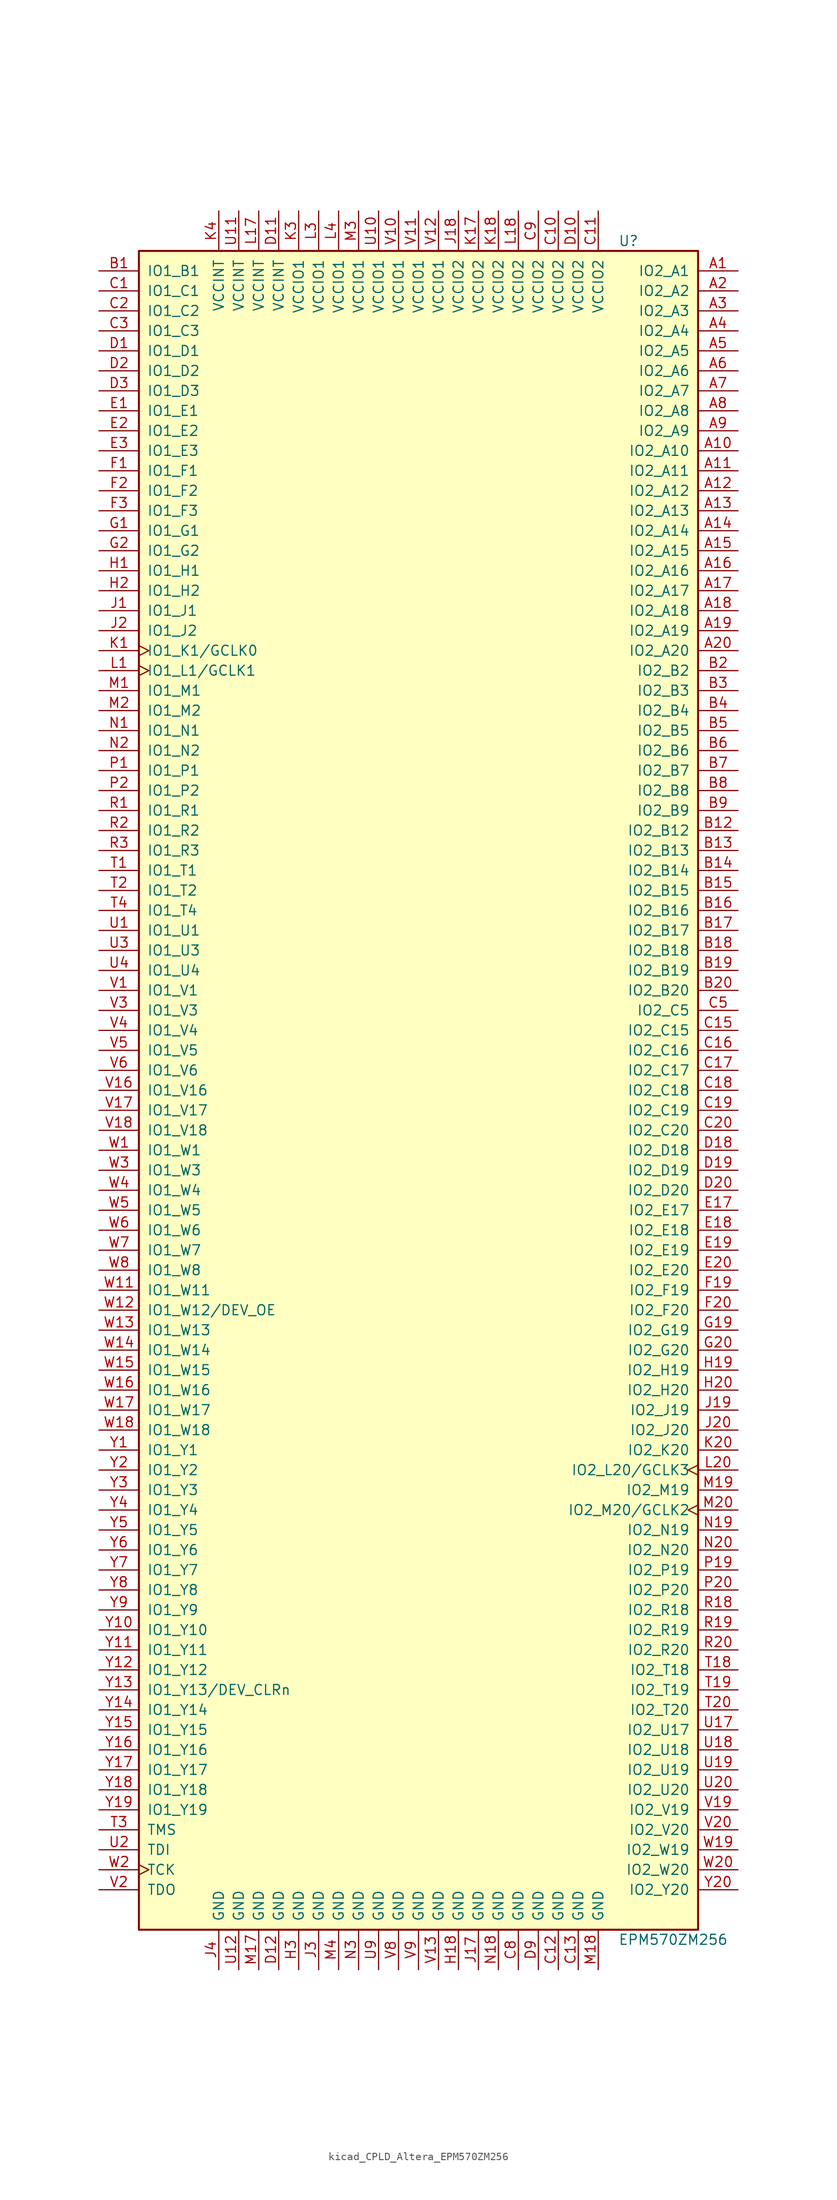
<source format=kicad_sym>
(kicad_symbol_lib
  (version 20220914)
  (generator kicad_symbol_editor)
  (symbol "kicad_CPLD_Altera_EPM570ZM256"
    (pin_names
      (offset 1.016))
    (property "Reference" "U"
      (at 25.4 107.95 0)
      (effects (font (size 1.27 1.27)) (justify left)))
    (property "Value" "EPM570ZM256"
      (at 25.4 -107.95 0)
      (effects (font (size 1.27 1.27)) (justify left)))
    (property "ki_locked" ""
      (at 0 0 0)
      (effects (font (size 1.27 1.27))))
    (symbol "kicad_CPLD_Altera_EPM570ZM256_1_1"
      (rectangle (start -35.56 106.68) (end 35.56 -106.68) (stroke (width 0.254) (type default)) (fill (type background)))
      (pin bidirectional line (at 40.64 104.14 180) (length 5.08) (name "IO2_A1" (effects (font (size 1.27 1.27)))) (number "A1" (effects (font (size 1.27 1.27)))))
      (pin bidirectional line (at 40.64 81.28 180) (length 5.08) (name "IO2_A10" (effects (font (size 1.27 1.27)))) (number "A10" (effects (font (size 1.27 1.27)))))
      (pin bidirectional line (at 40.64 78.74 180) (length 5.08) (name "IO2_A11" (effects (font (size 1.27 1.27)))) (number "A11" (effects (font (size 1.27 1.27)))))
      (pin bidirectional line (at 40.64 76.2 180) (length 5.08) (name "IO2_A12" (effects (font (size 1.27 1.27)))) (number "A12" (effects (font (size 1.27 1.27)))))
      (pin bidirectional line (at 40.64 73.66 180) (length 5.08) (name "IO2_A13" (effects (font (size 1.27 1.27)))) (number "A13" (effects (font (size 1.27 1.27)))))
      (pin bidirectional line (at 40.64 71.12 180) (length 5.08) (name "IO2_A14" (effects (font (size 1.27 1.27)))) (number "A14" (effects (font (size 1.27 1.27)))))
      (pin bidirectional line (at 40.64 68.58 180) (length 5.08) (name "IO2_A15" (effects (font (size 1.27 1.27)))) (number "A15" (effects (font (size 1.27 1.27)))))
      (pin bidirectional line (at 40.64 66.04 180) (length 5.08) (name "IO2_A16" (effects (font (size 1.27 1.27)))) (number "A16" (effects (font (size 1.27 1.27)))))
      (pin bidirectional line (at 40.64 63.5 180) (length 5.08) (name "IO2_A17" (effects (font (size 1.27 1.27)))) (number "A17" (effects (font (size 1.27 1.27)))))
      (pin bidirectional line (at 40.64 60.96 180) (length 5.08) (name "IO2_A18" (effects (font (size 1.27 1.27)))) (number "A18" (effects (font (size 1.27 1.27)))))
      (pin bidirectional line (at 40.64 58.42 180) (length 5.08) (name "IO2_A19" (effects (font (size 1.27 1.27)))) (number "A19" (effects (font (size 1.27 1.27)))))
      (pin bidirectional line (at 40.64 101.6 180) (length 5.08) (name "IO2_A2" (effects (font (size 1.27 1.27)))) (number "A2" (effects (font (size 1.27 1.27)))))
      (pin bidirectional line (at 40.64 55.88 180) (length 5.08) (name "IO2_A20" (effects (font (size 1.27 1.27)))) (number "A20" (effects (font (size 1.27 1.27)))))
      (pin bidirectional line (at 40.64 99.06 180) (length 5.08) (name "IO2_A3" (effects (font (size 1.27 1.27)))) (number "A3" (effects (font (size 1.27 1.27)))))
      (pin bidirectional line (at 40.64 96.52 180) (length 5.08) (name "IO2_A4" (effects (font (size 1.27 1.27)))) (number "A4" (effects (font (size 1.27 1.27)))))
      (pin bidirectional line (at 40.64 93.98 180) (length 5.08) (name "IO2_A5" (effects (font (size 1.27 1.27)))) (number "A5" (effects (font (size 1.27 1.27)))))
      (pin bidirectional line (at 40.64 91.44 180) (length 5.08) (name "IO2_A6" (effects (font (size 1.27 1.27)))) (number "A6" (effects (font (size 1.27 1.27)))))
      (pin bidirectional line (at 40.64 88.9 180) (length 5.08) (name "IO2_A7" (effects (font (size 1.27 1.27)))) (number "A7" (effects (font (size 1.27 1.27)))))
      (pin bidirectional line (at 40.64 86.36 180) (length 5.08) (name "IO2_A8" (effects (font (size 1.27 1.27)))) (number "A8" (effects (font (size 1.27 1.27)))))
      (pin bidirectional line (at 40.64 83.82 180) (length 5.08) (name "IO2_A9" (effects (font (size 1.27 1.27)))) (number "A9" (effects (font (size 1.27 1.27)))))
      (pin bidirectional line (at -40.64 104.14 0) (length 5.08) (name "IO1_B1" (effects (font (size 1.27 1.27)))) (number "B1" (effects (font (size 1.27 1.27)))))
      (pin bidirectional line (at 40.64 33.02 180) (length 5.08) (name "IO2_B12" (effects (font (size 1.27 1.27)))) (number "B12" (effects (font (size 1.27 1.27)))))
      (pin bidirectional line (at 40.64 30.48 180) (length 5.08) (name "IO2_B13" (effects (font (size 1.27 1.27)))) (number "B13" (effects (font (size 1.27 1.27)))))
      (pin bidirectional line (at 40.64 27.94 180) (length 5.08) (name "IO2_B14" (effects (font (size 1.27 1.27)))) (number "B14" (effects (font (size 1.27 1.27)))))
      (pin bidirectional line (at 40.64 25.4 180) (length 5.08) (name "IO2_B15" (effects (font (size 1.27 1.27)))) (number "B15" (effects (font (size 1.27 1.27)))))
      (pin bidirectional line (at 40.64 22.86 180) (length 5.08) (name "IO2_B16" (effects (font (size 1.27 1.27)))) (number "B16" (effects (font (size 1.27 1.27)))))
      (pin bidirectional line (at 40.64 20.32 180) (length 5.08) (name "IO2_B17" (effects (font (size 1.27 1.27)))) (number "B17" (effects (font (size 1.27 1.27)))))
      (pin bidirectional line (at 40.64 17.78 180) (length 5.08) (name "IO2_B18" (effects (font (size 1.27 1.27)))) (number "B18" (effects (font (size 1.27 1.27)))))
      (pin bidirectional line (at 40.64 15.24 180) (length 5.08) (name "IO2_B19" (effects (font (size 1.27 1.27)))) (number "B19" (effects (font (size 1.27 1.27)))))
      (pin bidirectional line (at 40.64 53.34 180) (length 5.08) (name "IO2_B2" (effects (font (size 1.27 1.27)))) (number "B2" (effects (font (size 1.27 1.27)))))
      (pin bidirectional line (at 40.64 12.7 180) (length 5.08) (name "IO2_B20" (effects (font (size 1.27 1.27)))) (number "B20" (effects (font (size 1.27 1.27)))))
      (pin bidirectional line (at 40.64 50.8 180) (length 5.08) (name "IO2_B3" (effects (font (size 1.27 1.27)))) (number "B3" (effects (font (size 1.27 1.27)))))
      (pin bidirectional line (at 40.64 48.26 180) (length 5.08) (name "IO2_B4" (effects (font (size 1.27 1.27)))) (number "B4" (effects (font (size 1.27 1.27)))))
      (pin bidirectional line (at 40.64 45.72 180) (length 5.08) (name "IO2_B5" (effects (font (size 1.27 1.27)))) (number "B5" (effects (font (size 1.27 1.27)))))
      (pin bidirectional line (at 40.64 43.18 180) (length 5.08) (name "IO2_B6" (effects (font (size 1.27 1.27)))) (number "B6" (effects (font (size 1.27 1.27)))))
      (pin bidirectional line (at 40.64 40.64 180) (length 5.08) (name "IO2_B7" (effects (font (size 1.27 1.27)))) (number "B7" (effects (font (size 1.27 1.27)))))
      (pin bidirectional line (at 40.64 38.1 180) (length 5.08) (name "IO2_B8" (effects (font (size 1.27 1.27)))) (number "B8" (effects (font (size 1.27 1.27)))))
      (pin bidirectional line (at 40.64 35.56 180) (length 5.08) (name "IO2_B9" (effects (font (size 1.27 1.27)))) (number "B9" (effects (font (size 1.27 1.27)))))
      (pin bidirectional line (at -40.64 101.6 0) (length 5.08) (name "IO1_C1" (effects (font (size 1.27 1.27)))) (number "C1" (effects (font (size 1.27 1.27)))))
      (pin power_in line (at 17.78 111.76 270) (length 5.08) (name "VCCIO2" (effects (font (size 1.27 1.27)))) (number "C10" (effects (font (size 1.27 1.27)))))
      (pin power_in line (at 22.86 111.76 270) (length 5.08) (name "VCCIO2" (effects (font (size 1.27 1.27)))) (number "C11" (effects (font (size 1.27 1.27)))))
      (pin power_in line (at 17.78 -111.76 90) (length 5.08) (name "GND" (effects (font (size 1.27 1.27)))) (number "C12" (effects (font (size 1.27 1.27)))))
      (pin power_in line (at 20.32 -111.76 90) (length 5.08) (name "GND" (effects (font (size 1.27 1.27)))) (number "C13" (effects (font (size 1.27 1.27)))))
      (pin bidirectional line (at 40.64 7.62 180) (length 5.08) (name "IO2_C15" (effects (font (size 1.27 1.27)))) (number "C15" (effects (font (size 1.27 1.27)))))
      (pin bidirectional line (at 40.64 5.08 180) (length 5.08) (name "IO2_C16" (effects (font (size 1.27 1.27)))) (number "C16" (effects (font (size 1.27 1.27)))))
      (pin bidirectional line (at 40.64 2.54 180) (length 5.08) (name "IO2_C17" (effects (font (size 1.27 1.27)))) (number "C17" (effects (font (size 1.27 1.27)))))
      (pin bidirectional line (at 40.64 0 180) (length 5.08) (name "IO2_C18" (effects (font (size 1.27 1.27)))) (number "C18" (effects (font (size 1.27 1.27)))))
      (pin bidirectional line (at 40.64 -2.54 180) (length 5.08) (name "IO2_C19" (effects (font (size 1.27 1.27)))) (number "C19" (effects (font (size 1.27 1.27)))))
      (pin bidirectional line (at -40.64 99.06 0) (length 5.08) (name "IO1_C2" (effects (font (size 1.27 1.27)))) (number "C2" (effects (font (size 1.27 1.27)))))
      (pin bidirectional line (at 40.64 -5.08 180) (length 5.08) (name "IO2_C20" (effects (font (size 1.27 1.27)))) (number "C20" (effects (font (size 1.27 1.27)))))
      (pin bidirectional line (at -40.64 96.52 0) (length 5.08) (name "IO1_C3" (effects (font (size 1.27 1.27)))) (number "C3" (effects (font (size 1.27 1.27)))))
      (pin bidirectional line (at 40.64 10.16 180) (length 5.08) (name "IO2_C5" (effects (font (size 1.27 1.27)))) (number "C5" (effects (font (size 1.27 1.27)))))
      (pin power_in line (at 12.7 -111.76 90) (length 5.08) (name "GND" (effects (font (size 1.27 1.27)))) (number "C8" (effects (font (size 1.27 1.27)))))
      (pin power_in line (at 15.24 111.76 270) (length 5.08) (name "VCCIO2" (effects (font (size 1.27 1.27)))) (number "C9" (effects (font (size 1.27 1.27)))))
      (pin bidirectional line (at -40.64 93.98 0) (length 5.08) (name "IO1_D1" (effects (font (size 1.27 1.27)))) (number "D1" (effects (font (size 1.27 1.27)))))
      (pin power_in line (at 20.32 111.76 270) (length 5.08) (name "VCCIO2" (effects (font (size 1.27 1.27)))) (number "D10" (effects (font (size 1.27 1.27)))))
      (pin power_in line (at -17.78 111.76 270) (length 5.08) (name "VCCINT" (effects (font (size 1.27 1.27)))) (number "D11" (effects (font (size 1.27 1.27)))))
      (pin power_in line (at -17.78 -111.76 90) (length 5.08) (name "GND" (effects (font (size 1.27 1.27)))) (number "D12" (effects (font (size 1.27 1.27)))))
      (pin bidirectional line (at 40.64 -7.62 180) (length 5.08) (name "IO2_D18" (effects (font (size 1.27 1.27)))) (number "D18" (effects (font (size 1.27 1.27)))))
      (pin bidirectional line (at 40.64 -10.16 180) (length 5.08) (name "IO2_D19" (effects (font (size 1.27 1.27)))) (number "D19" (effects (font (size 1.27 1.27)))))
      (pin bidirectional line (at -40.64 91.44 0) (length 5.08) (name "IO1_D2" (effects (font (size 1.27 1.27)))) (number "D2" (effects (font (size 1.27 1.27)))))
      (pin bidirectional line (at 40.64 -12.7 180) (length 5.08) (name "IO2_D20" (effects (font (size 1.27 1.27)))) (number "D20" (effects (font (size 1.27 1.27)))))
      (pin bidirectional line (at -40.64 88.9 0) (length 5.08) (name "IO1_D3" (effects (font (size 1.27 1.27)))) (number "D3" (effects (font (size 1.27 1.27)))))
      (pin power_in line (at 15.24 -111.76 90) (length 5.08) (name "GND" (effects (font (size 1.27 1.27)))) (number "D9" (effects (font (size 1.27 1.27)))))
      (pin bidirectional line (at -40.64 86.36 0) (length 5.08) (name "IO1_E1" (effects (font (size 1.27 1.27)))) (number "E1" (effects (font (size 1.27 1.27)))))
      (pin bidirectional line (at 40.64 -15.24 180) (length 5.08) (name "IO2_E17" (effects (font (size 1.27 1.27)))) (number "E17" (effects (font (size 1.27 1.27)))))
      (pin bidirectional line (at 40.64 -17.78 180) (length 5.08) (name "IO2_E18" (effects (font (size 1.27 1.27)))) (number "E18" (effects (font (size 1.27 1.27)))))
      (pin bidirectional line (at 40.64 -20.32 180) (length 5.08) (name "IO2_E19" (effects (font (size 1.27 1.27)))) (number "E19" (effects (font (size 1.27 1.27)))))
      (pin bidirectional line (at -40.64 83.82 0) (length 5.08) (name "IO1_E2" (effects (font (size 1.27 1.27)))) (number "E2" (effects (font (size 1.27 1.27)))))
      (pin bidirectional line (at 40.64 -22.86 180) (length 5.08) (name "IO2_E20" (effects (font (size 1.27 1.27)))) (number "E20" (effects (font (size 1.27 1.27)))))
      (pin bidirectional line (at -40.64 81.28 0) (length 5.08) (name "IO1_E3" (effects (font (size 1.27 1.27)))) (number "E3" (effects (font (size 1.27 1.27)))))
      (pin bidirectional line (at -40.64 78.74 0) (length 5.08) (name "IO1_F1" (effects (font (size 1.27 1.27)))) (number "F1" (effects (font (size 1.27 1.27)))))
      (pin bidirectional line (at 40.64 -25.4 180) (length 5.08) (name "IO2_F19" (effects (font (size 1.27 1.27)))) (number "F19" (effects (font (size 1.27 1.27)))))
      (pin bidirectional line (at -40.64 76.2 0) (length 5.08) (name "IO1_F2" (effects (font (size 1.27 1.27)))) (number "F2" (effects (font (size 1.27 1.27)))))
      (pin bidirectional line (at 40.64 -27.94 180) (length 5.08) (name "IO2_F20" (effects (font (size 1.27 1.27)))) (number "F20" (effects (font (size 1.27 1.27)))))
      (pin bidirectional line (at -40.64 73.66 0) (length 5.08) (name "IO1_F3" (effects (font (size 1.27 1.27)))) (number "F3" (effects (font (size 1.27 1.27)))))
      (pin bidirectional line (at -40.64 71.12 0) (length 5.08) (name "IO1_G1" (effects (font (size 1.27 1.27)))) (number "G1" (effects (font (size 1.27 1.27)))))
      (pin bidirectional line (at 40.64 -30.48 180) (length 5.08) (name "IO2_G19" (effects (font (size 1.27 1.27)))) (number "G19" (effects (font (size 1.27 1.27)))))
      (pin bidirectional line (at -40.64 68.58 0) (length 5.08) (name "IO1_G2" (effects (font (size 1.27 1.27)))) (number "G2" (effects (font (size 1.27 1.27)))))
      (pin bidirectional line (at 40.64 -33.02 180) (length 5.08) (name "IO2_G20" (effects (font (size 1.27 1.27)))) (number "G20" (effects (font (size 1.27 1.27)))))
      (pin bidirectional line (at -40.64 66.04 0) (length 5.08) (name "IO1_H1" (effects (font (size 1.27 1.27)))) (number "H1" (effects (font (size 1.27 1.27)))))
      (pin power_in line (at 5.08 -111.76 90) (length 5.08) (name "GND" (effects (font (size 1.27 1.27)))) (number "H18" (effects (font (size 1.27 1.27)))))
      (pin bidirectional line (at 40.64 -35.56 180) (length 5.08) (name "IO2_H19" (effects (font (size 1.27 1.27)))) (number "H19" (effects (font (size 1.27 1.27)))))
      (pin bidirectional line (at -40.64 63.5 0) (length 5.08) (name "IO1_H2" (effects (font (size 1.27 1.27)))) (number "H2" (effects (font (size 1.27 1.27)))))
      (pin bidirectional line (at 40.64 -38.1 180) (length 5.08) (name "IO2_H20" (effects (font (size 1.27 1.27)))) (number "H20" (effects (font (size 1.27 1.27)))))
      (pin power_in line (at -15.24 -111.76 90) (length 5.08) (name "GND" (effects (font (size 1.27 1.27)))) (number "H3" (effects (font (size 1.27 1.27)))))
      (pin bidirectional line (at -40.64 60.96 0) (length 5.08) (name "IO1_J1" (effects (font (size 1.27 1.27)))) (number "J1" (effects (font (size 1.27 1.27)))))
      (pin power_in line (at 7.62 -111.76 90) (length 5.08) (name "GND" (effects (font (size 1.27 1.27)))) (number "J17" (effects (font (size 1.27 1.27)))))
      (pin power_in line (at 5.08 111.76 270) (length 5.08) (name "VCCIO2" (effects (font (size 1.27 1.27)))) (number "J18" (effects (font (size 1.27 1.27)))))
      (pin bidirectional line (at 40.64 -40.64 180) (length 5.08) (name "IO2_J19" (effects (font (size 1.27 1.27)))) (number "J19" (effects (font (size 1.27 1.27)))))
      (pin bidirectional line (at -40.64 58.42 0) (length 5.08) (name "IO1_J2" (effects (font (size 1.27 1.27)))) (number "J2" (effects (font (size 1.27 1.27)))))
      (pin bidirectional line (at 40.64 -43.18 180) (length 5.08) (name "IO2_J20" (effects (font (size 1.27 1.27)))) (number "J20" (effects (font (size 1.27 1.27)))))
      (pin power_in line (at -12.7 -111.76 90) (length 5.08) (name "GND" (effects (font (size 1.27 1.27)))) (number "J3" (effects (font (size 1.27 1.27)))))
      (pin power_in line (at -25.4 -111.76 90) (length 5.08) (name "GND" (effects (font (size 1.27 1.27)))) (number "J4" (effects (font (size 1.27 1.27)))))
      (pin bidirectional clock (at -40.64 55.88 0) (length 5.08) (name "IO1_K1/GCLK0" (effects (font (size 1.27 1.27)))) (number "K1" (effects (font (size 1.27 1.27)))))
      (pin power_in line (at 7.62 111.76 270) (length 5.08) (name "VCCIO2" (effects (font (size 1.27 1.27)))) (number "K17" (effects (font (size 1.27 1.27)))))
      (pin power_in line (at 10.16 111.76 270) (length 5.08) (name "VCCIO2" (effects (font (size 1.27 1.27)))) (number "K18" (effects (font (size 1.27 1.27)))))
      (pin bidirectional line (at 40.64 -45.72 180) (length 5.08) (name "IO2_K20" (effects (font (size 1.27 1.27)))) (number "K20" (effects (font (size 1.27 1.27)))))
      (pin power_in line (at -15.24 111.76 270) (length 5.08) (name "VCCIO1" (effects (font (size 1.27 1.27)))) (number "K3" (effects (font (size 1.27 1.27)))))
      (pin power_in line (at -25.4 111.76 270) (length 5.08) (name "VCCINT" (effects (font (size 1.27 1.27)))) (number "K4" (effects (font (size 1.27 1.27)))))
      (pin bidirectional clock (at -40.64 53.34 0) (length 5.08) (name "IO1_L1/GCLK1" (effects (font (size 1.27 1.27)))) (number "L1" (effects (font (size 1.27 1.27)))))
      (pin power_in line (at -20.32 111.76 270) (length 5.08) (name "VCCINT" (effects (font (size 1.27 1.27)))) (number "L17" (effects (font (size 1.27 1.27)))))
      (pin power_in line (at 12.7 111.76 270) (length 5.08) (name "VCCIO2" (effects (font (size 1.27 1.27)))) (number "L18" (effects (font (size 1.27 1.27)))))
      (pin bidirectional clock (at 40.64 -48.26 180) (length 5.08) (name "IO2_L20/GCLK3" (effects (font (size 1.27 1.27)))) (number "L20" (effects (font (size 1.27 1.27)))))
      (pin power_in line (at -12.7 111.76 270) (length 5.08) (name "VCCIO1" (effects (font (size 1.27 1.27)))) (number "L3" (effects (font (size 1.27 1.27)))))
      (pin power_in line (at -10.16 111.76 270) (length 5.08) (name "VCCIO1" (effects (font (size 1.27 1.27)))) (number "L4" (effects (font (size 1.27 1.27)))))
      (pin bidirectional line (at -40.64 50.8 0) (length 5.08) (name "IO1_M1" (effects (font (size 1.27 1.27)))) (number "M1" (effects (font (size 1.27 1.27)))))
      (pin power_in line (at -20.32 -111.76 90) (length 5.08) (name "GND" (effects (font (size 1.27 1.27)))) (number "M17" (effects (font (size 1.27 1.27)))))
      (pin power_in line (at 22.86 -111.76 90) (length 5.08) (name "GND" (effects (font (size 1.27 1.27)))) (number "M18" (effects (font (size 1.27 1.27)))))
      (pin bidirectional line (at 40.64 -50.8 180) (length 5.08) (name "IO2_M19" (effects (font (size 1.27 1.27)))) (number "M19" (effects (font (size 1.27 1.27)))))
      (pin bidirectional line (at -40.64 48.26 0) (length 5.08) (name "IO1_M2" (effects (font (size 1.27 1.27)))) (number "M2" (effects (font (size 1.27 1.27)))))
      (pin bidirectional clock (at 40.64 -53.34 180) (length 5.08) (name "IO2_M20/GCLK2" (effects (font (size 1.27 1.27)))) (number "M20" (effects (font (size 1.27 1.27)))))
      (pin power_in line (at -7.62 111.76 270) (length 5.08) (name "VCCIO1" (effects (font (size 1.27 1.27)))) (number "M3" (effects (font (size 1.27 1.27)))))
      (pin power_in line (at -10.16 -111.76 90) (length 5.08) (name "GND" (effects (font (size 1.27 1.27)))) (number "M4" (effects (font (size 1.27 1.27)))))
      (pin bidirectional line (at -40.64 45.72 0) (length 5.08) (name "IO1_N1" (effects (font (size 1.27 1.27)))) (number "N1" (effects (font (size 1.27 1.27)))))
      (pin power_in line (at 10.16 -111.76 90) (length 5.08) (name "GND" (effects (font (size 1.27 1.27)))) (number "N18" (effects (font (size 1.27 1.27)))))
      (pin bidirectional line (at 40.64 -55.88 180) (length 5.08) (name "IO2_N19" (effects (font (size 1.27 1.27)))) (number "N19" (effects (font (size 1.27 1.27)))))
      (pin bidirectional line (at -40.64 43.18 0) (length 5.08) (name "IO1_N2" (effects (font (size 1.27 1.27)))) (number "N2" (effects (font (size 1.27 1.27)))))
      (pin bidirectional line (at 40.64 -58.42 180) (length 5.08) (name "IO2_N20" (effects (font (size 1.27 1.27)))) (number "N20" (effects (font (size 1.27 1.27)))))
      (pin power_in line (at -7.62 -111.76 90) (length 5.08) (name "GND" (effects (font (size 1.27 1.27)))) (number "N3" (effects (font (size 1.27 1.27)))))
      (pin bidirectional line (at -40.64 40.64 0) (length 5.08) (name "IO1_P1" (effects (font (size 1.27 1.27)))) (number "P1" (effects (font (size 1.27 1.27)))))
      (pin bidirectional line (at 40.64 -60.96 180) (length 5.08) (name "IO2_P19" (effects (font (size 1.27 1.27)))) (number "P19" (effects (font (size 1.27 1.27)))))
      (pin bidirectional line (at -40.64 38.1 0) (length 5.08) (name "IO1_P2" (effects (font (size 1.27 1.27)))) (number "P2" (effects (font (size 1.27 1.27)))))
      (pin bidirectional line (at 40.64 -63.5 180) (length 5.08) (name "IO2_P20" (effects (font (size 1.27 1.27)))) (number "P20" (effects (font (size 1.27 1.27)))))
      (pin bidirectional line (at -40.64 35.56 0) (length 5.08) (name "IO1_R1" (effects (font (size 1.27 1.27)))) (number "R1" (effects (font (size 1.27 1.27)))))
      (pin bidirectional line (at 40.64 -66.04 180) (length 5.08) (name "IO2_R18" (effects (font (size 1.27 1.27)))) (number "R18" (effects (font (size 1.27 1.27)))))
      (pin bidirectional line (at 40.64 -68.58 180) (length 5.08) (name "IO2_R19" (effects (font (size 1.27 1.27)))) (number "R19" (effects (font (size 1.27 1.27)))))
      (pin bidirectional line (at -40.64 33.02 0) (length 5.08) (name "IO1_R2" (effects (font (size 1.27 1.27)))) (number "R2" (effects (font (size 1.27 1.27)))))
      (pin bidirectional line (at 40.64 -71.12 180) (length 5.08) (name "IO2_R20" (effects (font (size 1.27 1.27)))) (number "R20" (effects (font (size 1.27 1.27)))))
      (pin bidirectional line (at -40.64 30.48 0) (length 5.08) (name "IO1_R3" (effects (font (size 1.27 1.27)))) (number "R3" (effects (font (size 1.27 1.27)))))
      (pin bidirectional line (at -40.64 27.94 0) (length 5.08) (name "IO1_T1" (effects (font (size 1.27 1.27)))) (number "T1" (effects (font (size 1.27 1.27)))))
      (pin bidirectional line (at 40.64 -73.66 180) (length 5.08) (name "IO2_T18" (effects (font (size 1.27 1.27)))) (number "T18" (effects (font (size 1.27 1.27)))))
      (pin bidirectional line (at 40.64 -76.2 180) (length 5.08) (name "IO2_T19" (effects (font (size 1.27 1.27)))) (number "T19" (effects (font (size 1.27 1.27)))))
      (pin bidirectional line (at -40.64 25.4 0) (length 5.08) (name "IO1_T2" (effects (font (size 1.27 1.27)))) (number "T2" (effects (font (size 1.27 1.27)))))
      (pin bidirectional line (at 40.64 -78.74 180) (length 5.08) (name "IO2_T20" (effects (font (size 1.27 1.27)))) (number "T20" (effects (font (size 1.27 1.27)))))
      (pin input line (at -40.64 -93.98 0) (length 5.08) (name "TMS" (effects (font (size 1.27 1.27)))) (number "T3" (effects (font (size 1.27 1.27)))))
      (pin bidirectional line (at -40.64 22.86 0) (length 5.08) (name "IO1_T4" (effects (font (size 1.27 1.27)))) (number "T4" (effects (font (size 1.27 1.27)))))
      (pin bidirectional line (at -40.64 20.32 0) (length 5.08) (name "IO1_U1" (effects (font (size 1.27 1.27)))) (number "U1" (effects (font (size 1.27 1.27)))))
      (pin power_in line (at -5.08 111.76 270) (length 5.08) (name "VCCIO1" (effects (font (size 1.27 1.27)))) (number "U10" (effects (font (size 1.27 1.27)))))
      (pin power_in line (at -22.86 111.76 270) (length 5.08) (name "VCCINT" (effects (font (size 1.27 1.27)))) (number "U11" (effects (font (size 1.27 1.27)))))
      (pin power_in line (at -22.86 -111.76 90) (length 5.08) (name "GND" (effects (font (size 1.27 1.27)))) (number "U12" (effects (font (size 1.27 1.27)))))
      (pin bidirectional line (at 40.64 -81.28 180) (length 5.08) (name "IO2_U17" (effects (font (size 1.27 1.27)))) (number "U17" (effects (font (size 1.27 1.27)))))
      (pin bidirectional line (at 40.64 -83.82 180) (length 5.08) (name "IO2_U18" (effects (font (size 1.27 1.27)))) (number "U18" (effects (font (size 1.27 1.27)))))
      (pin bidirectional line (at 40.64 -86.36 180) (length 5.08) (name "IO2_U19" (effects (font (size 1.27 1.27)))) (number "U19" (effects (font (size 1.27 1.27)))))
      (pin input line (at -40.64 -96.52 0) (length 5.08) (name "TDI" (effects (font (size 1.27 1.27)))) (number "U2" (effects (font (size 1.27 1.27)))))
      (pin bidirectional line (at 40.64 -88.9 180) (length 5.08) (name "IO2_U20" (effects (font (size 1.27 1.27)))) (number "U20" (effects (font (size 1.27 1.27)))))
      (pin bidirectional line (at -40.64 17.78 0) (length 5.08) (name "IO1_U3" (effects (font (size 1.27 1.27)))) (number "U3" (effects (font (size 1.27 1.27)))))
      (pin bidirectional line (at -40.64 15.24 0) (length 5.08) (name "IO1_U4" (effects (font (size 1.27 1.27)))) (number "U4" (effects (font (size 1.27 1.27)))))
      (pin power_in line (at -5.08 -111.76 90) (length 5.08) (name "GND" (effects (font (size 1.27 1.27)))) (number "U9" (effects (font (size 1.27 1.27)))))
      (pin bidirectional line (at -40.64 12.7 0) (length 5.08) (name "IO1_V1" (effects (font (size 1.27 1.27)))) (number "V1" (effects (font (size 1.27 1.27)))))
      (pin power_in line (at -2.54 111.76 270) (length 5.08) (name "VCCIO1" (effects (font (size 1.27 1.27)))) (number "V10" (effects (font (size 1.27 1.27)))))
      (pin power_in line (at 0 111.76 270) (length 5.08) (name "VCCIO1" (effects (font (size 1.27 1.27)))) (number "V11" (effects (font (size 1.27 1.27)))))
      (pin power_in line (at 2.54 111.76 270) (length 5.08) (name "VCCIO1" (effects (font (size 1.27 1.27)))) (number "V12" (effects (font (size 1.27 1.27)))))
      (pin power_in line (at 2.54 -111.76 90) (length 5.08) (name "GND" (effects (font (size 1.27 1.27)))) (number "V13" (effects (font (size 1.27 1.27)))))
      (pin bidirectional line (at -40.64 0 0) (length 5.08) (name "IO1_V16" (effects (font (size 1.27 1.27)))) (number "V16" (effects (font (size 1.27 1.27)))))
      (pin bidirectional line (at -40.64 -2.54 0) (length 5.08) (name "IO1_V17" (effects (font (size 1.27 1.27)))) (number "V17" (effects (font (size 1.27 1.27)))))
      (pin bidirectional line (at -40.64 -5.08 0) (length 5.08) (name "IO1_V18" (effects (font (size 1.27 1.27)))) (number "V18" (effects (font (size 1.27 1.27)))))
      (pin bidirectional line (at 40.64 -91.44 180) (length 5.08) (name "IO2_V19" (effects (font (size 1.27 1.27)))) (number "V19" (effects (font (size 1.27 1.27)))))
      (pin output line (at -40.64 -101.6 0) (length 5.08) (name "TDO" (effects (font (size 1.27 1.27)))) (number "V2" (effects (font (size 1.27 1.27)))))
      (pin bidirectional line (at 40.64 -93.98 180) (length 5.08) (name "IO2_V20" (effects (font (size 1.27 1.27)))) (number "V20" (effects (font (size 1.27 1.27)))))
      (pin bidirectional line (at -40.64 10.16 0) (length 5.08) (name "IO1_V3" (effects (font (size 1.27 1.27)))) (number "V3" (effects (font (size 1.27 1.27)))))
      (pin bidirectional line (at -40.64 7.62 0) (length 5.08) (name "IO1_V4" (effects (font (size 1.27 1.27)))) (number "V4" (effects (font (size 1.27 1.27)))))
      (pin bidirectional line (at -40.64 5.08 0) (length 5.08) (name "IO1_V5" (effects (font (size 1.27 1.27)))) (number "V5" (effects (font (size 1.27 1.27)))))
      (pin bidirectional line (at -40.64 2.54 0) (length 5.08) (name "IO1_V6" (effects (font (size 1.27 1.27)))) (number "V6" (effects (font (size 1.27 1.27)))))
      (pin power_in line (at -2.54 -111.76 90) (length 5.08) (name "GND" (effects (font (size 1.27 1.27)))) (number "V8" (effects (font (size 1.27 1.27)))))
      (pin power_in line (at 0 -111.76 90) (length 5.08) (name "GND" (effects (font (size 1.27 1.27)))) (number "V9" (effects (font (size 1.27 1.27)))))
      (pin bidirectional line (at -40.64 -7.62 0) (length 5.08) (name "IO1_W1" (effects (font (size 1.27 1.27)))) (number "W1" (effects (font (size 1.27 1.27)))))
      (pin bidirectional line (at -40.64 -25.4 0) (length 5.08) (name "IO1_W11" (effects (font (size 1.27 1.27)))) (number "W11" (effects (font (size 1.27 1.27)))))
      (pin bidirectional line (at -40.64 -27.94 0) (length 5.08) (name "IO1_W12/DEV_OE" (effects (font (size 1.27 1.27)))) (number "W12" (effects (font (size 1.27 1.27)))))
      (pin bidirectional line (at -40.64 -30.48 0) (length 5.08) (name "IO1_W13" (effects (font (size 1.27 1.27)))) (number "W13" (effects (font (size 1.27 1.27)))))
      (pin bidirectional line (at -40.64 -33.02 0) (length 5.08) (name "IO1_W14" (effects (font (size 1.27 1.27)))) (number "W14" (effects (font (size 1.27 1.27)))))
      (pin bidirectional line (at -40.64 -35.56 0) (length 5.08) (name "IO1_W15" (effects (font (size 1.27 1.27)))) (number "W15" (effects (font (size 1.27 1.27)))))
      (pin bidirectional line (at -40.64 -38.1 0) (length 5.08) (name "IO1_W16" (effects (font (size 1.27 1.27)))) (number "W16" (effects (font (size 1.27 1.27)))))
      (pin bidirectional line (at -40.64 -40.64 0) (length 5.08) (name "IO1_W17" (effects (font (size 1.27 1.27)))) (number "W17" (effects (font (size 1.27 1.27)))))
      (pin bidirectional line (at -40.64 -43.18 0) (length 5.08) (name "IO1_W18" (effects (font (size 1.27 1.27)))) (number "W18" (effects (font (size 1.27 1.27)))))
      (pin bidirectional line (at 40.64 -96.52 180) (length 5.08) (name "IO2_W19" (effects (font (size 1.27 1.27)))) (number "W19" (effects (font (size 1.27 1.27)))))
      (pin input clock (at -40.64 -99.06 0) (length 5.08) (name "TCK" (effects (font (size 1.27 1.27)))) (number "W2" (effects (font (size 1.27 1.27)))))
      (pin bidirectional line (at 40.64 -99.06 180) (length 5.08) (name "IO2_W20" (effects (font (size 1.27 1.27)))) (number "W20" (effects (font (size 1.27 1.27)))))
      (pin bidirectional line (at -40.64 -10.16 0) (length 5.08) (name "IO1_W3" (effects (font (size 1.27 1.27)))) (number "W3" (effects (font (size 1.27 1.27)))))
      (pin bidirectional line (at -40.64 -12.7 0) (length 5.08) (name "IO1_W4" (effects (font (size 1.27 1.27)))) (number "W4" (effects (font (size 1.27 1.27)))))
      (pin bidirectional line (at -40.64 -15.24 0) (length 5.08) (name "IO1_W5" (effects (font (size 1.27 1.27)))) (number "W5" (effects (font (size 1.27 1.27)))))
      (pin bidirectional line (at -40.64 -17.78 0) (length 5.08) (name "IO1_W6" (effects (font (size 1.27 1.27)))) (number "W6" (effects (font (size 1.27 1.27)))))
      (pin bidirectional line (at -40.64 -20.32 0) (length 5.08) (name "IO1_W7" (effects (font (size 1.27 1.27)))) (number "W7" (effects (font (size 1.27 1.27)))))
      (pin bidirectional line (at -40.64 -22.86 0) (length 5.08) (name "IO1_W8" (effects (font (size 1.27 1.27)))) (number "W8" (effects (font (size 1.27 1.27)))))
      (pin bidirectional line (at -40.64 -45.72 0) (length 5.08) (name "IO1_Y1" (effects (font (size 1.27 1.27)))) (number "Y1" (effects (font (size 1.27 1.27)))))
      (pin bidirectional line (at -40.64 -68.58 0) (length 5.08) (name "IO1_Y10" (effects (font (size 1.27 1.27)))) (number "Y10" (effects (font (size 1.27 1.27)))))
      (pin bidirectional line (at -40.64 -71.12 0) (length 5.08) (name "IO1_Y11" (effects (font (size 1.27 1.27)))) (number "Y11" (effects (font (size 1.27 1.27)))))
      (pin bidirectional line (at -40.64 -73.66 0) (length 5.08) (name "IO1_Y12" (effects (font (size 1.27 1.27)))) (number "Y12" (effects (font (size 1.27 1.27)))))
      (pin bidirectional line (at -40.64 -76.2 0) (length 5.08) (name "IO1_Y13/DEV_CLRn" (effects (font (size 1.27 1.27)))) (number "Y13" (effects (font (size 1.27 1.27)))))
      (pin bidirectional line (at -40.64 -78.74 0) (length 5.08) (name "IO1_Y14" (effects (font (size 1.27 1.27)))) (number "Y14" (effects (font (size 1.27 1.27)))))
      (pin bidirectional line (at -40.64 -81.28 0) (length 5.08) (name "IO1_Y15" (effects (font (size 1.27 1.27)))) (number "Y15" (effects (font (size 1.27 1.27)))))
      (pin bidirectional line (at -40.64 -83.82 0) (length 5.08) (name "IO1_Y16" (effects (font (size 1.27 1.27)))) (number "Y16" (effects (font (size 1.27 1.27)))))
      (pin bidirectional line (at -40.64 -86.36 0) (length 5.08) (name "IO1_Y17" (effects (font (size 1.27 1.27)))) (number "Y17" (effects (font (size 1.27 1.27)))))
      (pin bidirectional line (at -40.64 -88.9 0) (length 5.08) (name "IO1_Y18" (effects (font (size 1.27 1.27)))) (number "Y18" (effects (font (size 1.27 1.27)))))
      (pin bidirectional line (at -40.64 -91.44 0) (length 5.08) (name "IO1_Y19" (effects (font (size 1.27 1.27)))) (number "Y19" (effects (font (size 1.27 1.27)))))
      (pin bidirectional line (at -40.64 -48.26 0) (length 5.08) (name "IO1_Y2" (effects (font (size 1.27 1.27)))) (number "Y2" (effects (font (size 1.27 1.27)))))
      (pin bidirectional line (at 40.64 -101.6 180) (length 5.08) (name "IO2_Y20" (effects (font (size 1.27 1.27)))) (number "Y20" (effects (font (size 1.27 1.27)))))
      (pin bidirectional line (at -40.64 -50.8 0) (length 5.08) (name "IO1_Y3" (effects (font (size 1.27 1.27)))) (number "Y3" (effects (font (size 1.27 1.27)))))
      (pin bidirectional line (at -40.64 -53.34 0) (length 5.08) (name "IO1_Y4" (effects (font (size 1.27 1.27)))) (number "Y4" (effects (font (size 1.27 1.27)))))
      (pin bidirectional line (at -40.64 -55.88 0) (length 5.08) (name "IO1_Y5" (effects (font (size 1.27 1.27)))) (number "Y5" (effects (font (size 1.27 1.27)))))
      (pin bidirectional line (at -40.64 -58.42 0) (length 5.08) (name "IO1_Y6" (effects (font (size 1.27 1.27)))) (number "Y6" (effects (font (size 1.27 1.27)))))
      (pin bidirectional line (at -40.64 -60.96 0) (length 5.08) (name "IO1_Y7" (effects (font (size 1.27 1.27)))) (number "Y7" (effects (font (size 1.27 1.27)))))
      (pin bidirectional line (at -40.64 -63.5 0) (length 5.08) (name "IO1_Y8" (effects (font (size 1.27 1.27)))) (number "Y8" (effects (font (size 1.27 1.27)))))
      (pin bidirectional line (at -40.64 -66.04 0) (length 5.08) (name "IO1_Y9" (effects (font (size 1.27 1.27)))) (number "Y9" (effects (font (size 1.27 1.27))))))))
</source>
